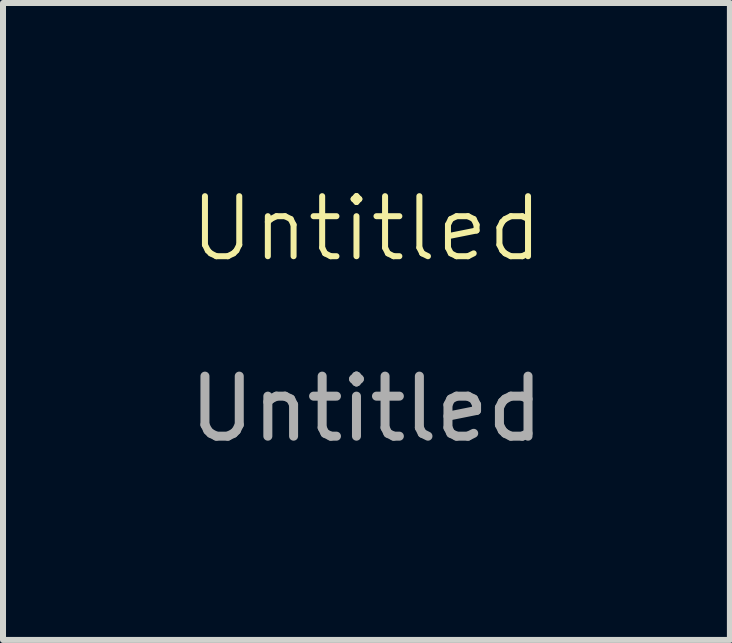
<source format=kicad_pcb>
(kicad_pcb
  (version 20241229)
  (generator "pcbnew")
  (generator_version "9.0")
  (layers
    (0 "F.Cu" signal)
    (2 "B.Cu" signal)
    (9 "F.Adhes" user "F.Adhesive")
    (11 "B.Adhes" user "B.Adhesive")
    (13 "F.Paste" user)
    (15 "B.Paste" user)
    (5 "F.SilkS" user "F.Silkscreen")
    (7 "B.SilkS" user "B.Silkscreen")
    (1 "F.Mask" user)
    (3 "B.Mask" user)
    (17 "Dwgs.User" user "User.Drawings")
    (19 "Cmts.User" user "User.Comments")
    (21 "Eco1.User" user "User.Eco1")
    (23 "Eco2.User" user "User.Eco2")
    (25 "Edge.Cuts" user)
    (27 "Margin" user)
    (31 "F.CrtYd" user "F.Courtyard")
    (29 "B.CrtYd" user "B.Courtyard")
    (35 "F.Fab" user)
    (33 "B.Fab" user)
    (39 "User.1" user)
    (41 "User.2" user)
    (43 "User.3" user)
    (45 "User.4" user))
  (footprint "Untitled"
    (layer "F.Cu")
    (at 3.054 1.26)
    (property "Reference" "Untitled" (at 0 -0.5 0) (unlocked yes) (layer "F.SilkS") (effects (font (size 1 1) (thickness 0.1))))
    (attr smd exclude_from_pos_files exclude_from_bom)
    (fp_text user "${REFERENCE}" (at 0 2.5 0) (unlocked yes) (layer "F.Fab") (effects (font (size 1 1) (thickness 0.15)))))
  (gr_rect
    (start -3 -3)
    (end 9.107 7.609)
    (stroke (width 0.1) (type default))
    (fill no)
    (layer "Edge.Cuts")))
</source>
